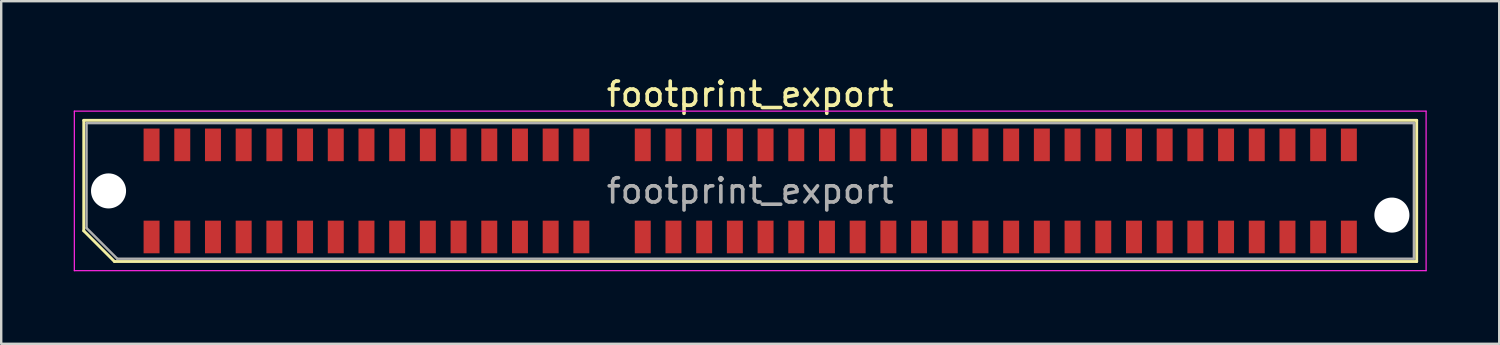
<source format=kicad_pcb>
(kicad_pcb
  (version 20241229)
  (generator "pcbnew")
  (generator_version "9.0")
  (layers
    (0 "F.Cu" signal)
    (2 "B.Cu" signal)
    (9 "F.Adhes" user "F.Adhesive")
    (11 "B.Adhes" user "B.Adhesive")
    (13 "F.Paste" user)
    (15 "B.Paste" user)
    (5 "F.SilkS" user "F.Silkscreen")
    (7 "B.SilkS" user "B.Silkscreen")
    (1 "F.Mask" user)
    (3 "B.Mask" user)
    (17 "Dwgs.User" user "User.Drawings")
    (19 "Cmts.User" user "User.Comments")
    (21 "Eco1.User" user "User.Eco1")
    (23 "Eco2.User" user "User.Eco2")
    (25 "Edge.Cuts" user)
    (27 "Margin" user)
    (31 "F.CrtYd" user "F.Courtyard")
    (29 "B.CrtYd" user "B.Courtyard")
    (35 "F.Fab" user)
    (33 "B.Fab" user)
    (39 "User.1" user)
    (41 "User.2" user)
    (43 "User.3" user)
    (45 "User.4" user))
  (footprint "footprint_export"
    (layer "F.Cu")
    (at 27.985 4.848)
    (property "Reference" "footprint_export" (at 0 -4 0) (layer "F.SilkS") (effects (font (size 1 1) (thickness 0.15))))
    (attr smd)
    (fp_line (start -27.57 -2.92) (end 27.57 -2.92) (stroke (width 0.12) (type solid)) (layer "F.SilkS"))
    (fp_line (start -27.57 1.65) (end -27.57 -2.92) (stroke (width 0.12) (type solid)) (layer "F.SilkS"))
    (fp_line (start -26.3 2.92) (end -27.57 1.65) (stroke (width 0.12) (type solid)) (layer "F.SilkS"))
    (fp_line (start -26.3 2.92) (end 27.57 2.92) (stroke (width 0.12) (type solid)) (layer "F.SilkS"))
    (fp_line (start 27.57 2.92) (end 27.57 -2.92) (stroke (width 0.12) (type solid)) (layer "F.SilkS"))
    (fp_line (start -27.96 -3.3) (end -27.96 3.3) (stroke (width 0.05) (type solid)) (layer "F.CrtYd"))
    (fp_line (start -27.96 3.3) (end 27.96 3.3) (stroke (width 0.05) (type solid)) (layer "F.CrtYd"))
    (fp_line (start 27.96 -3.3) (end -27.96 -3.3) (stroke (width 0.05) (type solid)) (layer "F.CrtYd"))
    (fp_line (start 27.96 3.3) (end 27.96 -3.3) (stroke (width 0.05) (type solid)) (layer "F.CrtYd"))
    (fp_line (start -27.455 -2.805) (end 27.455 -2.805) (stroke (width 0.1) (type solid)) (layer "F.Fab"))
    (fp_line (start -27.455 1.535) (end -27.455 -2.805) (stroke (width 0.1) (type solid)) (layer "F.Fab"))
    (fp_line (start -27.455 1.535) (end -26.185 2.805) (stroke (width 0.1) (type solid)) (layer "F.Fab"))
    (fp_line (start -26.185 2.805) (end 27.455 2.805) (stroke (width 0.1) (type solid)) (layer "F.Fab"))
    (fp_line (start 27.455 2.805) (end 27.455 -2.805) (stroke (width 0.1) (type solid)) (layer "F.Fab"))
    (fp_text user "${REFERENCE}" (at 0 0 0) (layer "F.Fab") (effects (font (size 1 1) (thickness 0.15))))
    (pad "" np_thru_hole circle (at -26.545 0) (size 1.45 1.45) (drill 1.45) (layers "*.Cu" "*.Mask"))
    (pad "" np_thru_hole circle (at 26.545 1) (size 1.45 1.45) (drill 1.45) (layers "*.Cu" "*.Mask"))
    (pad "1" smd rect (at -24.765 1.905) (size 0.66 1.35) (layers "F.Cu" "F.Mask" "F.Paste"))
    (pad "2" smd rect (at -24.765 -1.905) (size 0.66 1.35) (layers "F.Cu" "F.Mask" "F.Paste"))
    (pad "3" smd rect (at -23.495 1.905) (size 0.66 1.35) (layers "F.Cu" "F.Mask" "F.Paste"))
    (pad "4" smd rect (at -23.495 -1.905) (size 0.66 1.35) (layers "F.Cu" "F.Mask" "F.Paste"))
    (pad "5" smd rect (at -22.225 1.905) (size 0.66 1.35) (layers "F.Cu" "F.Mask" "F.Paste"))
    (pad "6" smd rect (at -22.225 -1.905) (size 0.66 1.35) (layers "F.Cu" "F.Mask" "F.Paste"))
    (pad "7" smd rect (at -20.955 1.905) (size 0.66 1.35) (layers "F.Cu" "F.Mask" "F.Paste"))
    (pad "8" smd rect (at -20.955 -1.905) (size 0.66 1.35) (layers "F.Cu" "F.Mask" "F.Paste"))
    (pad "9" smd rect (at -19.685 1.905) (size 0.66 1.35) (layers "F.Cu" "F.Mask" "F.Paste"))
    (pad "10" smd rect (at -19.685 -1.905) (size 0.66 1.35) (layers "F.Cu" "F.Mask" "F.Paste"))
    (pad "11" smd rect (at -18.415 1.905) (size 0.66 1.35) (layers "F.Cu" "F.Mask" "F.Paste"))
    (pad "12" smd rect (at -18.415 -1.905) (size 0.66 1.35) (layers "F.Cu" "F.Mask" "F.Paste"))
    (pad "13" smd rect (at -17.145 1.905) (size 0.66 1.35) (layers "F.Cu" "F.Mask" "F.Paste"))
    (pad "14" smd rect (at -17.145 -1.905) (size 0.66 1.35) (layers "F.Cu" "F.Mask" "F.Paste"))
    (pad "15" smd rect (at -15.875 1.905) (size 0.66 1.35) (layers "F.Cu" "F.Mask" "F.Paste"))
    (pad "16" smd rect (at -15.875 -1.905) (size 0.66 1.35) (layers "F.Cu" "F.Mask" "F.Paste"))
    (pad "17" smd rect (at -14.605 1.905) (size 0.66 1.35) (layers "F.Cu" "F.Mask" "F.Paste"))
    (pad "18" smd rect (at -14.605 -1.905) (size 0.66 1.35) (layers "F.Cu" "F.Mask" "F.Paste"))
    (pad "19" smd rect (at -13.335 1.905) (size 0.66 1.35) (layers "F.Cu" "F.Mask" "F.Paste"))
    (pad "20" smd rect (at -13.335 -1.905) (size 0.66 1.35) (layers "F.Cu" "F.Mask" "F.Paste"))
    (pad "21" smd rect (at -12.065 1.905) (size 0.66 1.35) (layers "F.Cu" "F.Mask" "F.Paste"))
    (pad "22" smd rect (at -12.065 -1.905) (size 0.66 1.35) (layers "F.Cu" "F.Mask" "F.Paste"))
    (pad "23" smd rect (at -10.795 1.905) (size 0.66 1.35) (layers "F.Cu" "F.Mask" "F.Paste"))
    (pad "24" smd rect (at -10.795 -1.905) (size 0.66 1.35) (layers "F.Cu" "F.Mask" "F.Paste"))
    (pad "25" smd rect (at -9.525 1.905) (size 0.66 1.35) (layers "F.Cu" "F.Mask" "F.Paste"))
    (pad "26" smd rect (at -9.525 -1.905) (size 0.66 1.35) (layers "F.Cu" "F.Mask" "F.Paste"))
    (pad "27" smd rect (at -8.255 1.905) (size 0.66 1.35) (layers "F.Cu" "F.Mask" "F.Paste"))
    (pad "28" smd rect (at -8.255 -1.905) (size 0.66 1.35) (layers "F.Cu" "F.Mask" "F.Paste"))
    (pad "29" smd rect (at -6.985 1.905) (size 0.66 1.35) (layers "F.Cu" "F.Mask" "F.Paste"))
    (pad "30" smd rect (at -6.985 -1.905) (size 0.66 1.35) (layers "F.Cu" "F.Mask" "F.Paste"))
    (pad "33" smd rect (at -4.445 1.905) (size 0.66 1.35) (layers "F.Cu" "F.Mask" "F.Paste"))
    (pad "34" smd rect (at -4.445 -1.905) (size 0.66 1.35) (layers "F.Cu" "F.Mask" "F.Paste"))
    (pad "35" smd rect (at -3.175 1.905) (size 0.66 1.35) (layers "F.Cu" "F.Mask" "F.Paste"))
    (pad "36" smd rect (at -3.175 -1.905) (size 0.66 1.35) (layers "F.Cu" "F.Mask" "F.Paste"))
    (pad "37" smd rect (at -1.905 1.905) (size 0.66 1.35) (layers "F.Cu" "F.Mask" "F.Paste"))
    (pad "38" smd rect (at -1.905 -1.905) (size 0.66 1.35) (layers "F.Cu" "F.Mask" "F.Paste"))
    (pad "39" smd rect (at -0.635 1.905) (size 0.66 1.35) (layers "F.Cu" "F.Mask" "F.Paste"))
    (pad "40" smd rect (at -0.635 -1.905) (size 0.66 1.35) (layers "F.Cu" "F.Mask" "F.Paste"))
    (pad "41" smd rect (at 0.635 1.905) (size 0.66 1.35) (layers "F.Cu" "F.Mask" "F.Paste"))
    (pad "42" smd rect (at 0.635 -1.905) (size 0.66 1.35) (layers "F.Cu" "F.Mask" "F.Paste"))
    (pad "43" smd rect (at 1.905 1.905) (size 0.66 1.35) (layers "F.Cu" "F.Mask" "F.Paste"))
    (pad "44" smd rect (at 1.905 -1.905) (size 0.66 1.35) (layers "F.Cu" "F.Mask" "F.Paste"))
    (pad "45" smd rect (at 3.175 1.905) (size 0.66 1.35) (layers "F.Cu" "F.Mask" "F.Paste"))
    (pad "46" smd rect (at 3.175 -1.905) (size 0.66 1.35) (layers "F.Cu" "F.Mask" "F.Paste"))
    (pad "47" smd rect (at 4.445 1.905) (size 0.66 1.35) (layers "F.Cu" "F.Mask" "F.Paste"))
    (pad "48" smd rect (at 4.445 -1.905) (size 0.66 1.35) (layers "F.Cu" "F.Mask" "F.Paste"))
    (pad "49" smd rect (at 5.715 1.905) (size 0.66 1.35) (layers "F.Cu" "F.Mask" "F.Paste"))
    (pad "50" smd rect (at 5.715 -1.905) (size 0.66 1.35) (layers "F.Cu" "F.Mask" "F.Paste"))
    (pad "51" smd rect (at 6.985 1.905) (size 0.66 1.35) (layers "F.Cu" "F.Mask" "F.Paste"))
    (pad "52" smd rect (at 6.985 -1.905) (size 0.66 1.35) (layers "F.Cu" "F.Mask" "F.Paste"))
    (pad "53" smd rect (at 8.255 1.905) (size 0.66 1.35) (layers "F.Cu" "F.Mask" "F.Paste"))
    (pad "54" smd rect (at 8.255 -1.905) (size 0.66 1.35) (layers "F.Cu" "F.Mask" "F.Paste"))
    (pad "55" smd rect (at 9.525 1.905) (size 0.66 1.35) (layers "F.Cu" "F.Mask" "F.Paste"))
    (pad "56" smd rect (at 9.525 -1.905) (size 0.66 1.35) (layers "F.Cu" "F.Mask" "F.Paste"))
    (pad "57" smd rect (at 10.795 1.905) (size 0.66 1.35) (layers "F.Cu" "F.Mask" "F.Paste"))
    (pad "58" smd rect (at 10.795 -1.905) (size 0.66 1.35) (layers "F.Cu" "F.Mask" "F.Paste"))
    (pad "59" smd rect (at 12.065 1.905) (size 0.66 1.35) (layers "F.Cu" "F.Mask" "F.Paste"))
    (pad "60" smd rect (at 12.065 -1.905) (size 0.66 1.35) (layers "F.Cu" "F.Mask" "F.Paste"))
    (pad "61" smd rect (at 13.335 1.905) (size 0.66 1.35) (layers "F.Cu" "F.Mask" "F.Paste"))
    (pad "62" smd rect (at 13.335 -1.905) (size 0.66 1.35) (layers "F.Cu" "F.Mask" "F.Paste"))
    (pad "63" smd rect (at 14.605 1.905) (size 0.66 1.35) (layers "F.Cu" "F.Mask" "F.Paste"))
    (pad "64" smd rect (at 14.605 -1.905) (size 0.66 1.35) (layers "F.Cu" "F.Mask" "F.Paste"))
    (pad "65" smd rect (at 15.875 1.905) (size 0.66 1.35) (layers "F.Cu" "F.Mask" "F.Paste"))
    (pad "66" smd rect (at 15.875 -1.905) (size 0.66 1.35) (layers "F.Cu" "F.Mask" "F.Paste"))
    (pad "67" smd rect (at 17.145 1.905) (size 0.66 1.35) (layers "F.Cu" "F.Mask" "F.Paste"))
    (pad "68" smd rect (at 17.145 -1.905) (size 0.66 1.35) (layers "F.Cu" "F.Mask" "F.Paste"))
    (pad "69" smd rect (at 18.415 1.905) (size 0.66 1.35) (layers "F.Cu" "F.Mask" "F.Paste"))
    (pad "70" smd rect (at 18.415 -1.905) (size 0.66 1.35) (layers "F.Cu" "F.Mask" "F.Paste"))
    (pad "71" smd rect (at 19.685 1.905) (size 0.66 1.35) (layers "F.Cu" "F.Mask" "F.Paste"))
    (pad "72" smd rect (at 19.685 -1.905) (size 0.66 1.35) (layers "F.Cu" "F.Mask" "F.Paste"))
    (pad "73" smd rect (at 20.955 1.905) (size 0.66 1.35) (layers "F.Cu" "F.Mask" "F.Paste"))
    (pad "74" smd rect (at 20.955 -1.905) (size 0.66 1.35) (layers "F.Cu" "F.Mask" "F.Paste"))
    (pad "75" smd rect (at 22.225 1.905) (size 0.66 1.35) (layers "F.Cu" "F.Mask" "F.Paste"))
    (pad "76" smd rect (at 22.225 -1.905) (size 0.66 1.35) (layers "F.Cu" "F.Mask" "F.Paste"))
    (pad "77" smd rect (at 23.495 1.905) (size 0.66 1.35) (layers "F.Cu" "F.Mask" "F.Paste"))
    (pad "78" smd rect (at 23.495 -1.905) (size 0.66 1.35) (layers "F.Cu" "F.Mask" "F.Paste"))
    (pad "79" smd rect (at 24.765 1.905) (size 0.66 1.35) (layers "F.Cu" "F.Mask" "F.Paste"))
    (pad "80" smd rect (at 24.765 -1.905) (size 0.66 1.35) (layers "F.Cu" "F.Mask" "F.Paste")))
  (gr_rect
    (start -3 -3)
    (end 58.97 11.173)
    (stroke (width 0.1) (type default))
    (fill no)
    (layer "Edge.Cuts")))
</source>
